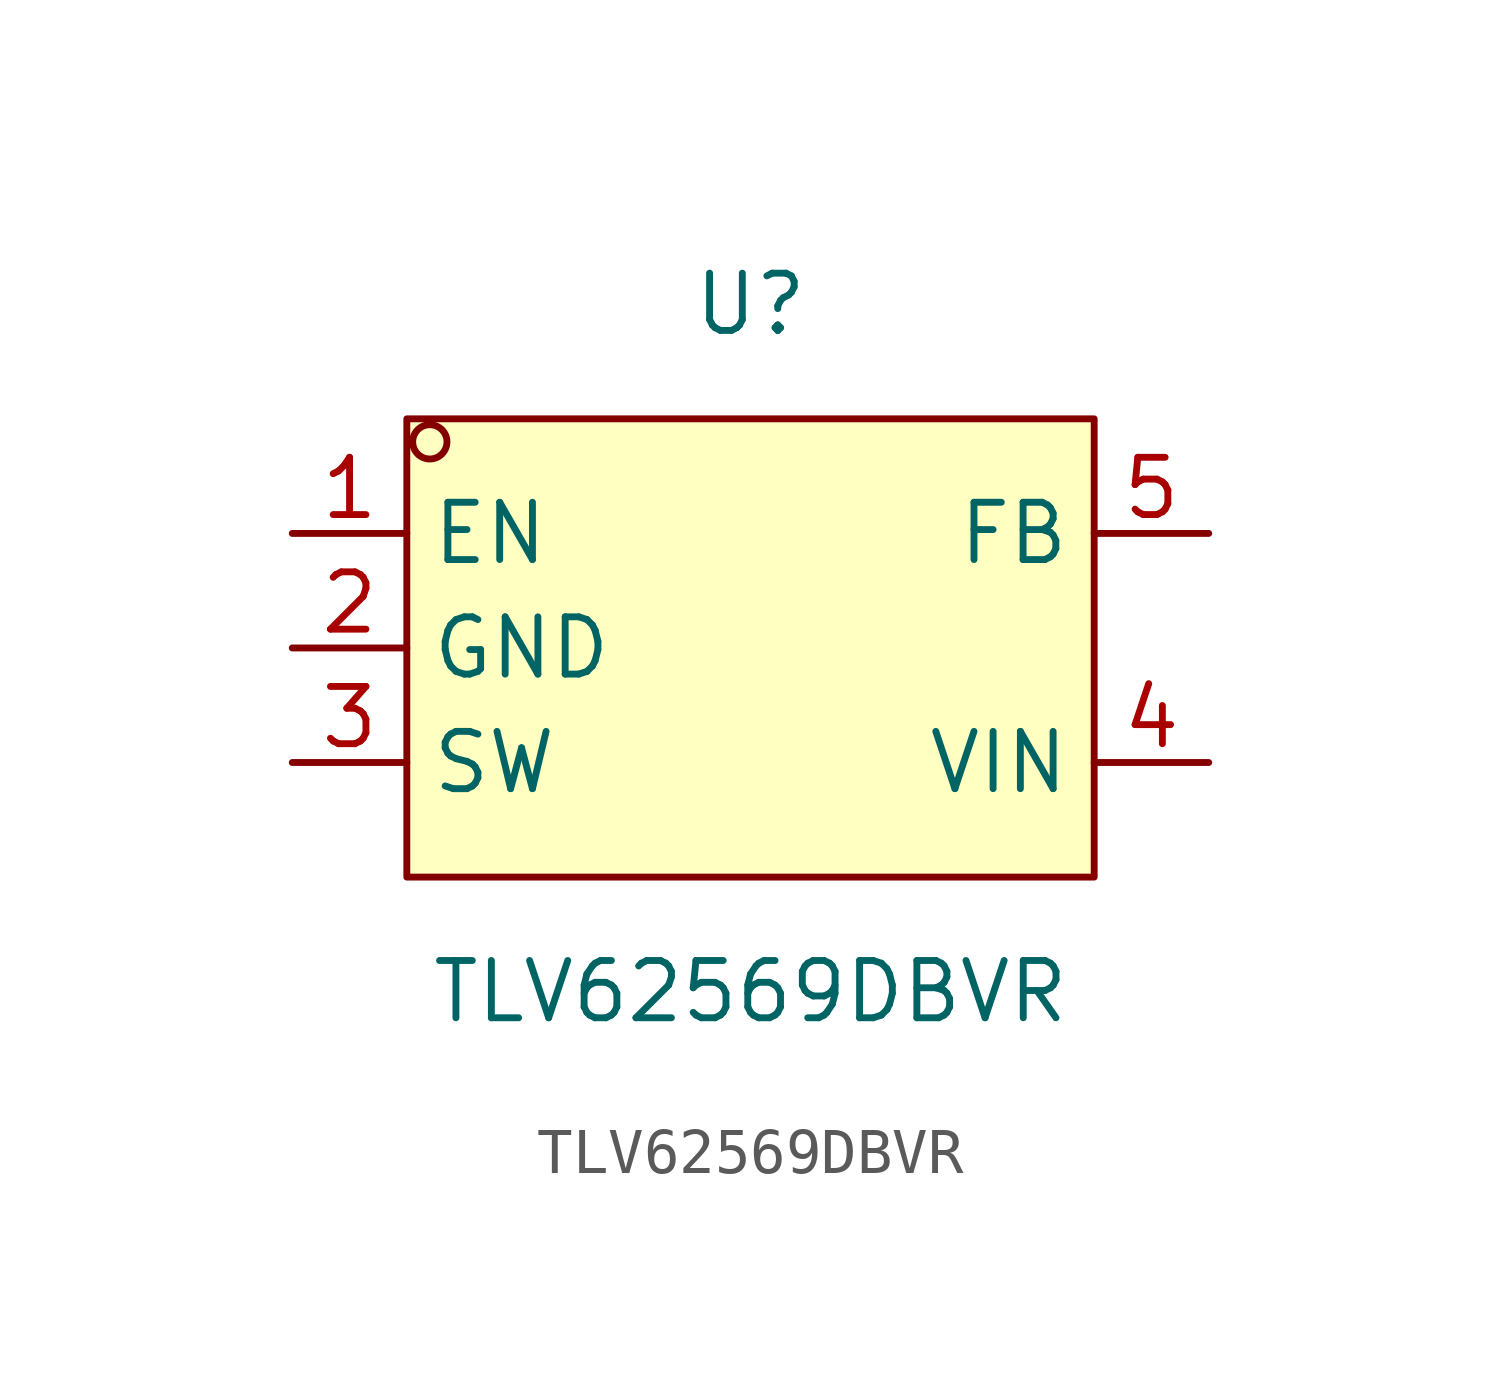
<source format=kicad_sym>
(kicad_symbol_lib
  (version 20211014)
  (generator https://github.com/uPesy/easyeda2kicad.py)
  (symbol "TLV62569DBVR"
    (property "Reference" "U"
      (at 0 7.62 0)
      (effects (font (size 1.27 1.27))))
    (property "Value" "TLV62569DBVR"
      (at 0 -7.62 0)
      (effects (font (size 1.27 1.27))))
    (symbol "TLV62569DBVR_0_1"
      (rectangle (start -7.62 5.08) (end 7.62 -5.08) (stroke (width 0) (type default) (color 0 0 0 0)) (fill (type background)))
      (circle (center -7.11 4.57) (radius 0.38) (stroke (width 0) (type default) (color 0 0 0 0)) (fill (type none)))
      (pin unspecified line (at -10.16 2.54 0) (length 2.54) (name "EN" (effects (font (size 1.27 1.27)))) (number "1" (effects (font (size 1.27 1.27)))))
      (pin unspecified line (at -10.16 -0.00 0) (length 2.54) (name "GND" (effects (font (size 1.27 1.27)))) (number "2" (effects (font (size 1.27 1.27)))))
      (pin unspecified line (at -10.16 -2.54 0) (length 2.54) (name "SW" (effects (font (size 1.27 1.27)))) (number "3" (effects (font (size 1.27 1.27)))))
      (pin unspecified line (at 10.16 -2.54 180) (length 2.54) (name "VIN" (effects (font (size 1.27 1.27)))) (number "4" (effects (font (size 1.27 1.27)))))
      (pin unspecified line (at 10.16 2.54 180) (length 2.54) (name "FB" (effects (font (size 1.27 1.27)))) (number "5" (effects (font (size 1.27 1.27))))))))
</source>
